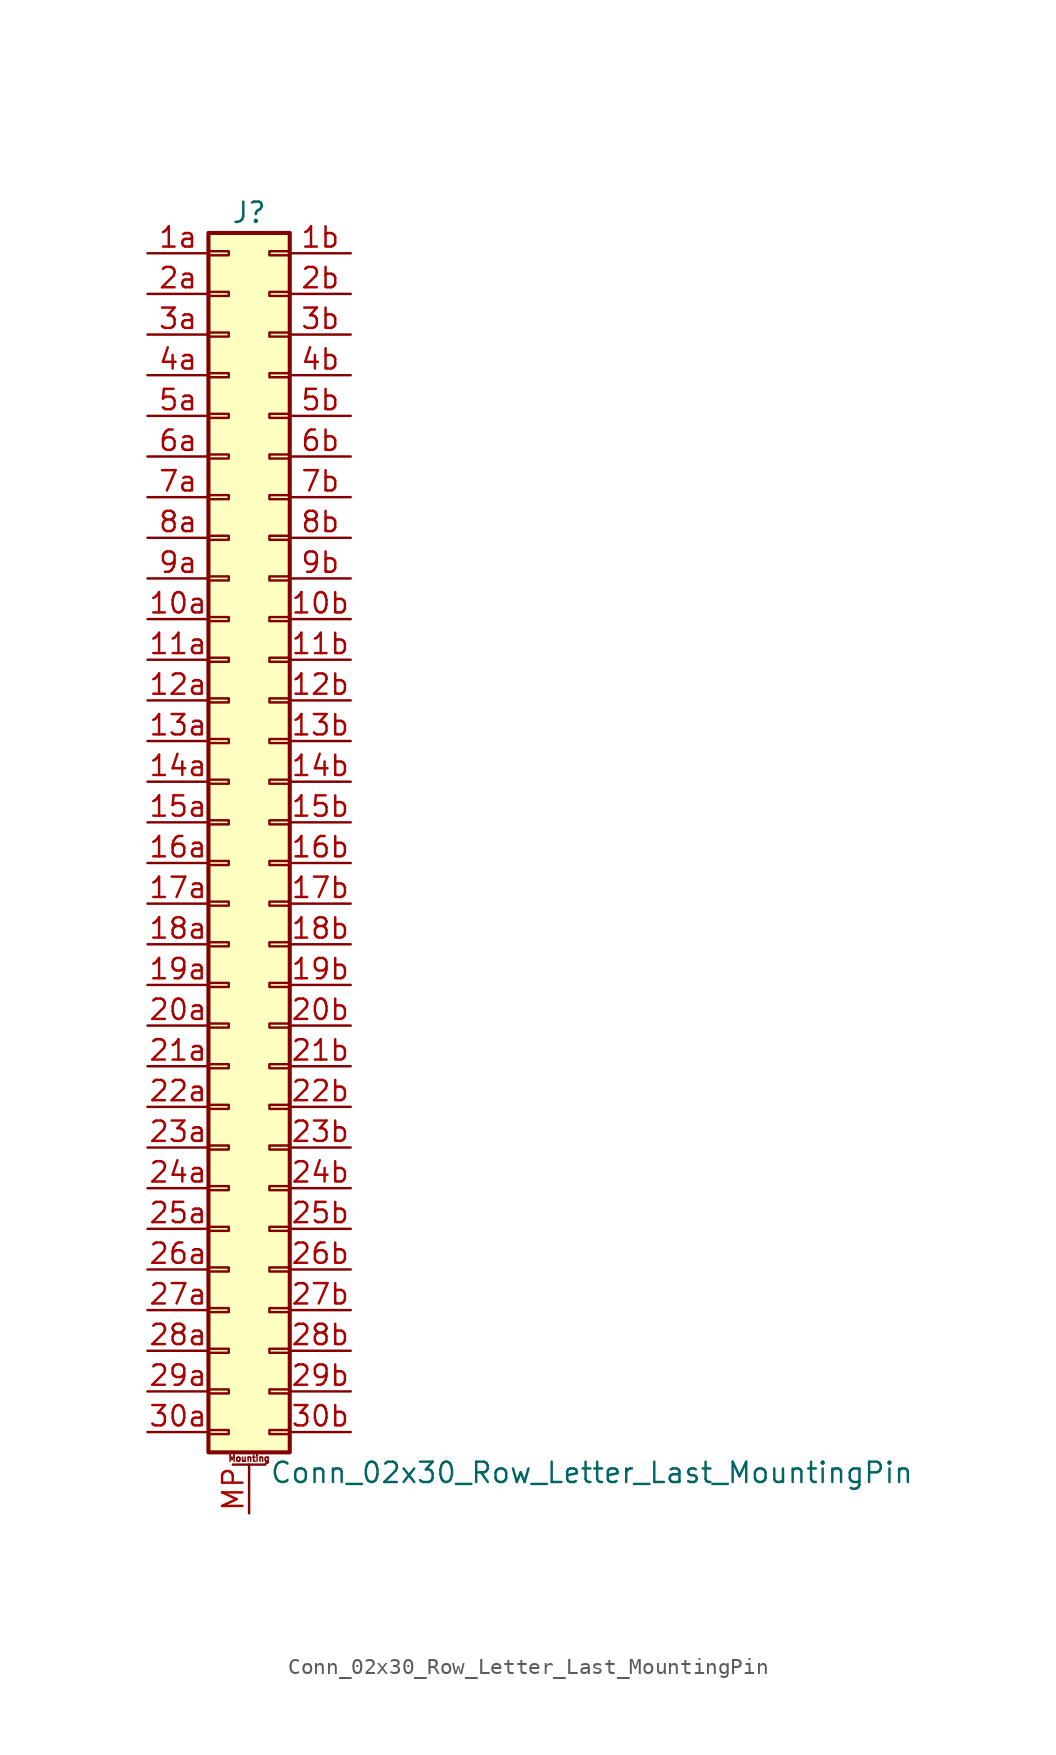
<source format=kicad_sym>
(kicad_symbol_lib
  (version 20201005)
  (generator kicad_symbol_editor)
  (symbol "Connector_Generic_MountingPin:Conn_02x30_Row_Letter_Last_MountingPin"
    (pin_names
      (offset 1.016) hide)
    (property "Reference" "J"
      (at 1.27 38.1 0)
      (effects (font (size 1.27 1.27))))
    (property "Value" "Conn_02x30_Row_Letter_Last_MountingPin"
      (at 2.54 -40.64 0)
      (effects (font (size 1.27 1.27)) (justify left)))
    (symbol "Conn_02x30_Row_Letter_Last_MountingPin_1_1"
      (text "Mounting" (at 1.27 -39.751 0) (effects (font (size 0.381 0.381))))
      (rectangle (start -1.27 -27.813) (end 0 -28.067) (stroke (width 0.152)) (fill (type none)))
      (rectangle (start -1.27 -30.353) (end 0 -30.607) (stroke (width 0.152)) (fill (type none)))
      (rectangle (start -1.27 -32.893) (end 0 -33.147) (stroke (width 0.152)) (fill (type none)))
      (rectangle (start -1.27 -35.433) (end 0 -35.687) (stroke (width 0.152)) (fill (type none)))
      (rectangle (start -1.27 -37.973) (end 0 -38.227) (stroke (width 0.152)) (fill (type none)))
      (rectangle (start -1.27 -4.953) (end 0 -5.207) (stroke (width 0.152)) (fill (type none)))
      (rectangle (start -1.27 -7.493) (end 0 -7.747) (stroke (width 0.152)) (fill (type none)))
      (rectangle (start -1.27 -10.033) (end 0 -10.287) (stroke (width 0.152)) (fill (type none)))
      (rectangle (start -1.27 -12.573) (end 0 -12.827) (stroke (width 0.152)) (fill (type none)))
      (rectangle (start -1.27 -15.113) (end 0 -15.367) (stroke (width 0.152)) (fill (type none)))
      (rectangle (start -1.27 -17.653) (end 0 -17.907) (stroke (width 0.152)) (fill (type none)))
      (rectangle (start -1.27 -20.193) (end 0 -20.447) (stroke (width 0.152)) (fill (type none)))
      (rectangle (start -1.27 -22.733) (end 0 -22.987) (stroke (width 0.152)) (fill (type none)))
      (rectangle (start -1.27 -2.413) (end 0 -2.667) (stroke (width 0.152)) (fill (type none)))
      (rectangle (start -1.27 -25.273) (end 0 -25.527) (stroke (width 0.152)) (fill (type none)))
      (rectangle (start -1.27 25.527) (end 0 25.273) (stroke (width 0.152)) (fill (type none)))
      (rectangle (start -1.27 2.667) (end 0 2.413) (stroke (width 0.152)) (fill (type none)))
      (rectangle (start -1.27 28.067) (end 0 27.813) (stroke (width 0.152)) (fill (type none)))
      (rectangle (start -1.27 30.607) (end 0 30.353) (stroke (width 0.152)) (fill (type none)))
      (rectangle (start -1.27 33.147) (end 0 32.893) (stroke (width 0.152)) (fill (type none)))
      (rectangle (start -1.27 35.687) (end 0 35.433) (stroke (width 0.152)) (fill (type none)))
      (rectangle (start -1.27 36.83) (end 3.81 -39.37) (stroke (width 0.254)) (fill (type background)))
      (rectangle (start -1.27 5.207) (end 0 4.953) (stroke (width 0.152)) (fill (type none)))
      (rectangle (start -1.27 7.747) (end 0 7.493) (stroke (width 0.152)) (fill (type none)))
      (rectangle (start -1.27 10.287) (end 0 10.033) (stroke (width 0.152)) (fill (type none)))
      (rectangle (start -1.27 0.127) (end 0 -0.127) (stroke (width 0.152)) (fill (type none)))
      (rectangle (start -1.27 12.827) (end 0 12.573) (stroke (width 0.152)) (fill (type none)))
      (rectangle (start -1.27 15.367) (end 0 15.113) (stroke (width 0.152)) (fill (type none)))
      (rectangle (start -1.27 17.907) (end 0 17.653) (stroke (width 0.152)) (fill (type none)))
      (rectangle (start -1.27 20.447) (end 0 20.193) (stroke (width 0.152)) (fill (type none)))
      (rectangle (start -1.27 22.987) (end 0 22.733) (stroke (width 0.152)) (fill (type none)))
      (rectangle (start 3.81 -27.813) (end 2.54 -28.067) (stroke (width 0.152)) (fill (type none)))
      (rectangle (start 3.81 -30.353) (end 2.54 -30.607) (stroke (width 0.152)) (fill (type none)))
      (rectangle (start 3.81 -32.893) (end 2.54 -33.147) (stroke (width 0.152)) (fill (type none)))
      (rectangle (start 3.81 -35.433) (end 2.54 -35.687) (stroke (width 0.152)) (fill (type none)))
      (rectangle (start 3.81 -37.973) (end 2.54 -38.227) (stroke (width 0.152)) (fill (type none)))
      (rectangle (start 3.81 -4.953) (end 2.54 -5.207) (stroke (width 0.152)) (fill (type none)))
      (rectangle (start 3.81 -7.493) (end 2.54 -7.747) (stroke (width 0.152)) (fill (type none)))
      (rectangle (start 3.81 -10.033) (end 2.54 -10.287) (stroke (width 0.152)) (fill (type none)))
      (rectangle (start 3.81 -12.573) (end 2.54 -12.827) (stroke (width 0.152)) (fill (type none)))
      (rectangle (start 3.81 -15.113) (end 2.54 -15.367) (stroke (width 0.152)) (fill (type none)))
      (rectangle (start 3.81 -17.653) (end 2.54 -17.907) (stroke (width 0.152)) (fill (type none)))
      (rectangle (start 3.81 -20.193) (end 2.54 -20.447) (stroke (width 0.152)) (fill (type none)))
      (rectangle (start 3.81 -22.733) (end 2.54 -22.987) (stroke (width 0.152)) (fill (type none)))
      (rectangle (start 3.81 -2.413) (end 2.54 -2.667) (stroke (width 0.152)) (fill (type none)))
      (rectangle (start 3.81 -25.273) (end 2.54 -25.527) (stroke (width 0.152)) (fill (type none)))
      (rectangle (start 3.81 25.527) (end 2.54 25.273) (stroke (width 0.152)) (fill (type none)))
      (rectangle (start 3.81 2.667) (end 2.54 2.413) (stroke (width 0.152)) (fill (type none)))
      (rectangle (start 3.81 28.067) (end 2.54 27.813) (stroke (width 0.152)) (fill (type none)))
      (rectangle (start 3.81 30.607) (end 2.54 30.353) (stroke (width 0.152)) (fill (type none)))
      (rectangle (start 3.81 33.147) (end 2.54 32.893) (stroke (width 0.152)) (fill (type none)))
      (rectangle (start 3.81 35.687) (end 2.54 35.433) (stroke (width 0.152)) (fill (type none)))
      (rectangle (start 3.81 5.207) (end 2.54 4.953) (stroke (width 0.152)) (fill (type none)))
      (rectangle (start 3.81 7.747) (end 2.54 7.493) (stroke (width 0.152)) (fill (type none)))
      (rectangle (start 3.81 10.287) (end 2.54 10.033) (stroke (width 0.152)) (fill (type none)))
      (rectangle (start 3.81 0.127) (end 2.54 -0.127) (stroke (width 0.152)) (fill (type none)))
      (rectangle (start 3.81 12.827) (end 2.54 12.573) (stroke (width 0.152)) (fill (type none)))
      (rectangle (start 3.81 15.367) (end 2.54 15.113) (stroke (width 0.152)) (fill (type none)))
      (rectangle (start 3.81 17.907) (end 2.54 17.653) (stroke (width 0.152)) (fill (type none)))
      (rectangle (start 3.81 20.447) (end 2.54 20.193) (stroke (width 0.152)) (fill (type none)))
      (rectangle (start 3.81 22.987) (end 2.54 22.733) (stroke (width 0.152)) (fill (type none)))
      (polyline (pts (xy 0.254 -40.132) (xy 2.286 -40.132)) (stroke (width 0.152)) (fill (type none)))
      (pin passive line (at 1.27 -43.18 90) (length 3.048) (name "MountPin" (effects (font (size 1.27 1.27)))) (number "MP" (effects (font (size 1.27 1.27)))))
      (pin passive line (at -5.08 12.7 0) (length 3.81) (name "Pin_10a" (effects (font (size 1.27 1.27)))) (number "10a" (effects (font (size 1.27 1.27)))))
      (pin passive line (at 7.62 12.7 180) (length 3.81) (name "Pin_10b" (effects (font (size 1.27 1.27)))) (number "10b" (effects (font (size 1.27 1.27)))))
      (pin passive line (at -5.08 10.16 0) (length 3.81) (name "Pin_11a" (effects (font (size 1.27 1.27)))) (number "11a" (effects (font (size 1.27 1.27)))))
      (pin passive line (at 7.62 10.16 180) (length 3.81) (name "Pin_11b" (effects (font (size 1.27 1.27)))) (number "11b" (effects (font (size 1.27 1.27)))))
      (pin passive line (at -5.08 7.62 0) (length 3.81) (name "Pin_12a" (effects (font (size 1.27 1.27)))) (number "12a" (effects (font (size 1.27 1.27)))))
      (pin passive line (at 7.62 7.62 180) (length 3.81) (name "Pin_12b" (effects (font (size 1.27 1.27)))) (number "12b" (effects (font (size 1.27 1.27)))))
      (pin passive line (at -5.08 5.08 0) (length 3.81) (name "Pin_13a" (effects (font (size 1.27 1.27)))) (number "13a" (effects (font (size 1.27 1.27)))))
      (pin passive line (at 7.62 5.08 180) (length 3.81) (name "Pin_13b" (effects (font (size 1.27 1.27)))) (number "13b" (effects (font (size 1.27 1.27)))))
      (pin passive line (at -5.08 2.54 0) (length 3.81) (name "Pin_14a" (effects (font (size 1.27 1.27)))) (number "14a" (effects (font (size 1.27 1.27)))))
      (pin passive line (at 7.62 2.54 180) (length 3.81) (name "Pin_14b" (effects (font (size 1.27 1.27)))) (number "14b" (effects (font (size 1.27 1.27)))))
      (pin passive line (at -5.08 0 0) (length 3.81) (name "Pin_15a" (effects (font (size 1.27 1.27)))) (number "15a" (effects (font (size 1.27 1.27)))))
      (pin passive line (at 7.62 0 180) (length 3.81) (name "Pin_15b" (effects (font (size 1.27 1.27)))) (number "15b" (effects (font (size 1.27 1.27)))))
      (pin passive line (at -5.08 -2.54 0) (length 3.81) (name "Pin_16a" (effects (font (size 1.27 1.27)))) (number "16a" (effects (font (size 1.27 1.27)))))
      (pin passive line (at 7.62 -2.54 180) (length 3.81) (name "Pin_16b" (effects (font (size 1.27 1.27)))) (number "16b" (effects (font (size 1.27 1.27)))))
      (pin passive line (at -5.08 -5.08 0) (length 3.81) (name "Pin_17a" (effects (font (size 1.27 1.27)))) (number "17a" (effects (font (size 1.27 1.27)))))
      (pin passive line (at 7.62 -5.08 180) (length 3.81) (name "Pin_17b" (effects (font (size 1.27 1.27)))) (number "17b" (effects (font (size 1.27 1.27)))))
      (pin passive line (at -5.08 -7.62 0) (length 3.81) (name "Pin_18a" (effects (font (size 1.27 1.27)))) (number "18a" (effects (font (size 1.27 1.27)))))
      (pin passive line (at 7.62 -7.62 180) (length 3.81) (name "Pin_18b" (effects (font (size 1.27 1.27)))) (number "18b" (effects (font (size 1.27 1.27)))))
      (pin passive line (at -5.08 -10.16 0) (length 3.81) (name "Pin_19a" (effects (font (size 1.27 1.27)))) (number "19a" (effects (font (size 1.27 1.27)))))
      (pin passive line (at 7.62 -10.16 180) (length 3.81) (name "Pin_19b" (effects (font (size 1.27 1.27)))) (number "19b" (effects (font (size 1.27 1.27)))))
      (pin passive line (at -5.08 35.56 0) (length 3.81) (name "Pin_1a" (effects (font (size 1.27 1.27)))) (number "1a" (effects (font (size 1.27 1.27)))))
      (pin passive line (at 7.62 35.56 180) (length 3.81) (name "Pin_1b" (effects (font (size 1.27 1.27)))) (number "1b" (effects (font (size 1.27 1.27)))))
      (pin passive line (at -5.08 -12.7 0) (length 3.81) (name "Pin_20a" (effects (font (size 1.27 1.27)))) (number "20a" (effects (font (size 1.27 1.27)))))
      (pin passive line (at 7.62 -12.7 180) (length 3.81) (name "Pin_20b" (effects (font (size 1.27 1.27)))) (number "20b" (effects (font (size 1.27 1.27)))))
      (pin passive line (at -5.08 -15.24 0) (length 3.81) (name "Pin_21a" (effects (font (size 1.27 1.27)))) (number "21a" (effects (font (size 1.27 1.27)))))
      (pin passive line (at 7.62 -15.24 180) (length 3.81) (name "Pin_21b" (effects (font (size 1.27 1.27)))) (number "21b" (effects (font (size 1.27 1.27)))))
      (pin passive line (at -5.08 -17.78 0) (length 3.81) (name "Pin_22a" (effects (font (size 1.27 1.27)))) (number "22a" (effects (font (size 1.27 1.27)))))
      (pin passive line (at 7.62 -17.78 180) (length 3.81) (name "Pin_22b" (effects (font (size 1.27 1.27)))) (number "22b" (effects (font (size 1.27 1.27)))))
      (pin passive line (at -5.08 -20.32 0) (length 3.81) (name "Pin_23a" (effects (font (size 1.27 1.27)))) (number "23a" (effects (font (size 1.27 1.27)))))
      (pin passive line (at 7.62 -20.32 180) (length 3.81) (name "Pin_23b" (effects (font (size 1.27 1.27)))) (number "23b" (effects (font (size 1.27 1.27)))))
      (pin passive line (at -5.08 -22.86 0) (length 3.81) (name "Pin_24a" (effects (font (size 1.27 1.27)))) (number "24a" (effects (font (size 1.27 1.27)))))
      (pin passive line (at 7.62 -22.86 180) (length 3.81) (name "Pin_24b" (effects (font (size 1.27 1.27)))) (number "24b" (effects (font (size 1.27 1.27)))))
      (pin passive line (at -5.08 -25.4 0) (length 3.81) (name "Pin_25a" (effects (font (size 1.27 1.27)))) (number "25a" (effects (font (size 1.27 1.27)))))
      (pin passive line (at 7.62 -25.4 180) (length 3.81) (name "Pin_25b" (effects (font (size 1.27 1.27)))) (number "25b" (effects (font (size 1.27 1.27)))))
      (pin passive line (at -5.08 -27.94 0) (length 3.81) (name "Pin_26a" (effects (font (size 1.27 1.27)))) (number "26a" (effects (font (size 1.27 1.27)))))
      (pin passive line (at 7.62 -27.94 180) (length 3.81) (name "Pin_26b" (effects (font (size 1.27 1.27)))) (number "26b" (effects (font (size 1.27 1.27)))))
      (pin passive line (at -5.08 -30.48 0) (length 3.81) (name "Pin_27a" (effects (font (size 1.27 1.27)))) (number "27a" (effects (font (size 1.27 1.27)))))
      (pin passive line (at 7.62 -30.48 180) (length 3.81) (name "Pin_27b" (effects (font (size 1.27 1.27)))) (number "27b" (effects (font (size 1.27 1.27)))))
      (pin passive line (at -5.08 -33.02 0) (length 3.81) (name "Pin_28a" (effects (font (size 1.27 1.27)))) (number "28a" (effects (font (size 1.27 1.27)))))
      (pin passive line (at 7.62 -33.02 180) (length 3.81) (name "Pin_28b" (effects (font (size 1.27 1.27)))) (number "28b" (effects (font (size 1.27 1.27)))))
      (pin passive line (at -5.08 -35.56 0) (length 3.81) (name "Pin_29a" (effects (font (size 1.27 1.27)))) (number "29a" (effects (font (size 1.27 1.27)))))
      (pin passive line (at 7.62 -35.56 180) (length 3.81) (name "Pin_29b" (effects (font (size 1.27 1.27)))) (number "29b" (effects (font (size 1.27 1.27)))))
      (pin passive line (at -5.08 33.02 0) (length 3.81) (name "Pin_2a" (effects (font (size 1.27 1.27)))) (number "2a" (effects (font (size 1.27 1.27)))))
      (pin passive line (at 7.62 33.02 180) (length 3.81) (name "Pin_2b" (effects (font (size 1.27 1.27)))) (number "2b" (effects (font (size 1.27 1.27)))))
      (pin passive line (at -5.08 -38.1 0) (length 3.81) (name "Pin_30a" (effects (font (size 1.27 1.27)))) (number "30a" (effects (font (size 1.27 1.27)))))
      (pin passive line (at 7.62 -38.1 180) (length 3.81) (name "Pin_30b" (effects (font (size 1.27 1.27)))) (number "30b" (effects (font (size 1.27 1.27)))))
      (pin passive line (at -5.08 30.48 0) (length 3.81) (name "Pin_3a" (effects (font (size 1.27 1.27)))) (number "3a" (effects (font (size 1.27 1.27)))))
      (pin passive line (at 7.62 30.48 180) (length 3.81) (name "Pin_3b" (effects (font (size 1.27 1.27)))) (number "3b" (effects (font (size 1.27 1.27)))))
      (pin passive line (at -5.08 27.94 0) (length 3.81) (name "Pin_4a" (effects (font (size 1.27 1.27)))) (number "4a" (effects (font (size 1.27 1.27)))))
      (pin passive line (at 7.62 27.94 180) (length 3.81) (name "Pin_4b" (effects (font (size 1.27 1.27)))) (number "4b" (effects (font (size 1.27 1.27)))))
      (pin passive line (at -5.08 25.4 0) (length 3.81) (name "Pin_5a" (effects (font (size 1.27 1.27)))) (number "5a" (effects (font (size 1.27 1.27)))))
      (pin passive line (at 7.62 25.4 180) (length 3.81) (name "Pin_5b" (effects (font (size 1.27 1.27)))) (number "5b" (effects (font (size 1.27 1.27)))))
      (pin passive line (at -5.08 22.86 0) (length 3.81) (name "Pin_6a" (effects (font (size 1.27 1.27)))) (number "6a" (effects (font (size 1.27 1.27)))))
      (pin passive line (at 7.62 22.86 180) (length 3.81) (name "Pin_6b" (effects (font (size 1.27 1.27)))) (number "6b" (effects (font (size 1.27 1.27)))))
      (pin passive line (at -5.08 20.32 0) (length 3.81) (name "Pin_7a" (effects (font (size 1.27 1.27)))) (number "7a" (effects (font (size 1.27 1.27)))))
      (pin passive line (at 7.62 20.32 180) (length 3.81) (name "Pin_7b" (effects (font (size 1.27 1.27)))) (number "7b" (effects (font (size 1.27 1.27)))))
      (pin passive line (at -5.08 17.78 0) (length 3.81) (name "Pin_8a" (effects (font (size 1.27 1.27)))) (number "8a" (effects (font (size 1.27 1.27)))))
      (pin passive line (at 7.62 17.78 180) (length 3.81) (name "Pin_8b" (effects (font (size 1.27 1.27)))) (number "8b" (effects (font (size 1.27 1.27)))))
      (pin passive line (at -5.08 15.24 0) (length 3.81) (name "Pin_9a" (effects (font (size 1.27 1.27)))) (number "9a" (effects (font (size 1.27 1.27)))))
      (pin passive line (at 7.62 15.24 180) (length 3.81) (name "Pin_9b" (effects (font (size 1.27 1.27)))) (number "9b" (effects (font (size 1.27 1.27))))))))
</source>
